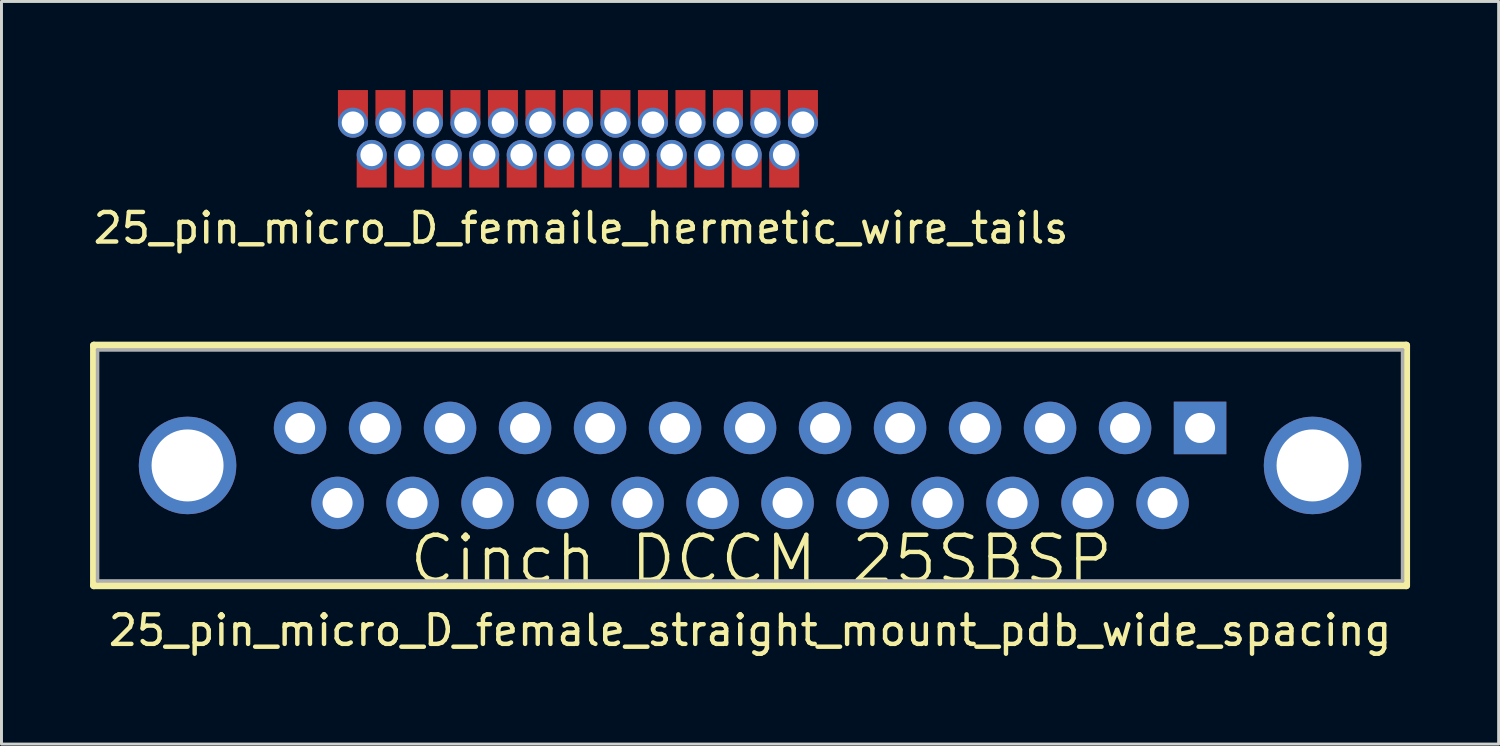
<source format=kicad_pcb>
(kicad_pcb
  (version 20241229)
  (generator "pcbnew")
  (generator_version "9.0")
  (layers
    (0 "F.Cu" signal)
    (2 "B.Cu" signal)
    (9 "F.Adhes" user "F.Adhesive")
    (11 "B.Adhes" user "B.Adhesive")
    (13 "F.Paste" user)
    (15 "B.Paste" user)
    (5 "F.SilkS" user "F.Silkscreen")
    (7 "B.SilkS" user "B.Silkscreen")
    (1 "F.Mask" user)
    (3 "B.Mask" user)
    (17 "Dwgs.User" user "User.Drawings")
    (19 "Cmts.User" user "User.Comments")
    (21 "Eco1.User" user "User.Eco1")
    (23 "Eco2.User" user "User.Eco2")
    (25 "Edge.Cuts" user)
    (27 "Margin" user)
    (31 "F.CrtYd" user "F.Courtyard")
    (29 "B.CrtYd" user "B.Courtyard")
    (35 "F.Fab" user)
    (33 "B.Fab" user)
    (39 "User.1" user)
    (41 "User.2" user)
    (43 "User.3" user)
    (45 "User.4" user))
  (footprint "25_pin_micro_D_femaile_hermetic_wire_tails"
    (layer "F.Cu")
    (at 16.523 1.651)
    (property "Reference" "25_pin_micro_D_femaile_hermetic_wire_tails" (at 0.102 3.023 0) (layer "F.SilkS") (effects (font (size 1 1) (thickness 0.15))))
    (attr through_hole)
    (fp_poly (pts (xy -7.112 -0.635) (xy -8.128 -0.635) (xy -8.128 -1.651) (xy -7.112 -1.651)) (stroke (width 0) (type solid)) (fill yes) (layer "F.Cu"))
    (fp_poly (pts (xy -6.477 1.651) (xy -7.493 1.651) (xy -7.493 0.635) (xy -6.477 0.635)) (stroke (width 0) (type solid)) (fill yes) (layer "F.Cu"))
    (fp_poly (pts (xy -5.842 -0.635) (xy -6.858 -0.635) (xy -6.858 -1.651) (xy -5.842 -1.651)) (stroke (width 0) (type solid)) (fill yes) (layer "F.Cu"))
    (fp_poly (pts (xy -5.207 1.651) (xy -6.223 1.651) (xy -6.223 0.635) (xy -5.207 0.635)) (stroke (width 0) (type solid)) (fill yes) (layer "F.Cu"))
    (fp_poly (pts (xy -4.572 -0.635) (xy -5.588 -0.635) (xy -5.588 -1.651) (xy -4.572 -1.651)) (stroke (width 0) (type solid)) (fill yes) (layer "F.Cu"))
    (fp_poly (pts (xy -3.937 1.651) (xy -4.953 1.651) (xy -4.953 0.635) (xy -3.937 0.635)) (stroke (width 0) (type solid)) (fill yes) (layer "F.Cu"))
    (fp_poly (pts (xy -3.302 -0.635) (xy -4.318 -0.635) (xy -4.318 -1.651) (xy -3.302 -1.651)) (stroke (width 0) (type solid)) (fill yes) (layer "F.Cu"))
    (fp_poly (pts (xy -2.667 1.651) (xy -3.683 1.651) (xy -3.683 0.635) (xy -2.667 0.635)) (stroke (width 0) (type solid)) (fill yes) (layer "F.Cu"))
    (fp_poly (pts (xy -2.032 -0.635) (xy -3.048 -0.635) (xy -3.048 -1.651) (xy -2.032 -1.651)) (stroke (width 0) (type solid)) (fill yes) (layer "F.Cu"))
    (fp_poly (pts (xy -1.397 1.651) (xy -2.413 1.651) (xy -2.413 0.635) (xy -1.397 0.635)) (stroke (width 0) (type solid)) (fill yes) (layer "F.Cu"))
    (fp_poly (pts (xy -0.762 -0.635) (xy -1.778 -0.635) (xy -1.778 -1.651) (xy -0.762 -1.651)) (stroke (width 0) (type solid)) (fill yes) (layer "F.Cu"))
    (fp_poly (pts (xy -0.127 1.651) (xy -1.143 1.651) (xy -1.143 0.635) (xy -0.127 0.635)) (stroke (width 0) (type solid)) (fill yes) (layer "F.Cu"))
    (fp_poly (pts (xy 0.508 -0.635) (xy -0.508 -0.635) (xy -0.508 -1.651) (xy 0.508 -1.651)) (stroke (width 0) (type solid)) (fill yes) (layer "F.Cu"))
    (fp_poly (pts (xy 1.143 1.651) (xy 0.127 1.651) (xy 0.127 0.635) (xy 1.143 0.635)) (stroke (width 0) (type solid)) (fill yes) (layer "F.Cu"))
    (fp_poly (pts (xy 1.778 -0.635) (xy 0.762 -0.635) (xy 0.762 -1.651) (xy 1.778 -1.651)) (stroke (width 0) (type solid)) (fill yes) (layer "F.Cu"))
    (fp_poly (pts (xy 2.413 1.651) (xy 1.397 1.651) (xy 1.397 0.635) (xy 2.413 0.635)) (stroke (width 0) (type solid)) (fill yes) (layer "F.Cu"))
    (fp_poly (pts (xy 3.048 -0.635) (xy 2.032 -0.635) (xy 2.032 -1.651) (xy 3.048 -1.651)) (stroke (width 0) (type solid)) (fill yes) (layer "F.Cu"))
    (fp_poly (pts (xy 3.683 1.651) (xy 2.667 1.651) (xy 2.667 0.635) (xy 3.683 0.635)) (stroke (width 0) (type solid)) (fill yes) (layer "F.Cu"))
    (fp_poly (pts (xy 4.318 -0.635) (xy 3.302 -0.635) (xy 3.302 -1.651) (xy 4.318 -1.651)) (stroke (width 0) (type solid)) (fill yes) (layer "F.Cu"))
    (fp_poly (pts (xy 4.953 1.651) (xy 3.937 1.651) (xy 3.937 0.635) (xy 4.953 0.635)) (stroke (width 0) (type solid)) (fill yes) (layer "F.Cu"))
    (fp_poly (pts (xy 5.588 -0.635) (xy 4.572 -0.635) (xy 4.572 -1.651) (xy 5.588 -1.651)) (stroke (width 0) (type solid)) (fill yes) (layer "F.Cu"))
    (fp_poly (pts (xy 6.223 1.651) (xy 5.207 1.651) (xy 5.207 0.635) (xy 6.223 0.635)) (stroke (width 0) (type solid)) (fill yes) (layer "F.Cu"))
    (fp_poly (pts (xy 6.858 -0.635) (xy 5.842 -0.635) (xy 5.842 -1.651) (xy 6.858 -1.651)) (stroke (width 0) (type solid)) (fill yes) (layer "F.Cu"))
    (fp_poly (pts (xy 7.493 1.651) (xy 6.477 1.651) (xy 6.477 0.635) (xy 7.493 0.635)) (stroke (width 0) (type solid)) (fill yes) (layer "F.Cu"))
    (fp_poly (pts (xy 8.128 -0.635) (xy 7.112 -0.635) (xy 7.112 -1.651) (xy 8.128 -1.651)) (stroke (width 0) (type solid)) (fill yes) (layer "F.Cu"))
    (fp_poly (pts (xy -7.112 -0.635) (xy -8.128 -0.635) (xy -8.128 -1.651) (xy -7.112 -1.651)) (stroke (width 0) (type solid)) (fill yes) (layer "F.Mask"))
    (fp_poly (pts (xy -6.477 1.651) (xy -7.493 1.651) (xy -7.493 0.635) (xy -6.477 0.635)) (stroke (width 0) (type solid)) (fill yes) (layer "F.Mask"))
    (fp_poly (pts (xy -5.842 -0.635) (xy -6.858 -0.635) (xy -6.858 -1.651) (xy -5.842 -1.651)) (stroke (width 0) (type solid)) (fill yes) (layer "F.Mask"))
    (fp_poly (pts (xy -5.207 1.651) (xy -6.223 1.651) (xy -6.223 0.635) (xy -5.207 0.635)) (stroke (width 0) (type solid)) (fill yes) (layer "F.Mask"))
    (fp_poly (pts (xy -4.572 -0.635) (xy -5.588 -0.635) (xy -5.588 -1.651) (xy -4.572 -1.651)) (stroke (width 0) (type solid)) (fill yes) (layer "F.Mask"))
    (fp_poly (pts (xy -3.937 1.651) (xy -4.953 1.651) (xy -4.953 0.635) (xy -3.937 0.635)) (stroke (width 0) (type solid)) (fill yes) (layer "F.Mask"))
    (fp_poly (pts (xy -3.302 -0.635) (xy -4.318 -0.635) (xy -4.318 -1.651) (xy -3.302 -1.651)) (stroke (width 0) (type solid)) (fill yes) (layer "F.Mask"))
    (fp_poly (pts (xy -2.667 1.651) (xy -3.683 1.651) (xy -3.683 0.635) (xy -2.667 0.635)) (stroke (width 0) (type solid)) (fill yes) (layer "F.Mask"))
    (fp_poly (pts (xy -2.032 -0.635) (xy -3.048 -0.635) (xy -3.048 -1.651) (xy -2.032 -1.651)) (stroke (width 0) (type solid)) (fill yes) (layer "F.Mask"))
    (fp_poly (pts (xy -1.397 1.651) (xy -2.413 1.651) (xy -2.413 0.635) (xy -1.397 0.635)) (stroke (width 0) (type solid)) (fill yes) (layer "F.Mask"))
    (fp_poly (pts (xy -0.762 -0.635) (xy -1.778 -0.635) (xy -1.778 -1.651) (xy -0.762 -1.651)) (stroke (width 0) (type solid)) (fill yes) (layer "F.Mask"))
    (fp_poly (pts (xy -0.127 1.651) (xy -1.143 1.651) (xy -1.143 0.635) (xy -0.127 0.635)) (stroke (width 0) (type solid)) (fill yes) (layer "F.Mask"))
    (fp_poly (pts (xy 0.508 -0.635) (xy -0.508 -0.635) (xy -0.508 -1.651) (xy 0.508 -1.651)) (stroke (width 0) (type solid)) (fill yes) (layer "F.Mask"))
    (fp_poly (pts (xy 1.143 1.651) (xy 0.127 1.651) (xy 0.127 0.635) (xy 1.143 0.635)) (stroke (width 0) (type solid)) (fill yes) (layer "F.Mask"))
    (fp_poly (pts (xy 1.778 -0.635) (xy 0.762 -0.635) (xy 0.762 -1.651) (xy 1.778 -1.651)) (stroke (width 0) (type solid)) (fill yes) (layer "F.Mask"))
    (fp_poly (pts (xy 2.413 1.651) (xy 1.397 1.651) (xy 1.397 0.635) (xy 2.413 0.635)) (stroke (width 0) (type solid)) (fill yes) (layer "F.Mask"))
    (fp_poly (pts (xy 3.048 -0.635) (xy 2.032 -0.635) (xy 2.032 -1.651) (xy 3.048 -1.651)) (stroke (width 0) (type solid)) (fill yes) (layer "F.Mask"))
    (fp_poly (pts (xy 3.683 1.651) (xy 2.667 1.651) (xy 2.667 0.635) (xy 3.683 0.635)) (stroke (width 0) (type solid)) (fill yes) (layer "F.Mask"))
    (fp_poly (pts (xy 4.318 -0.635) (xy 3.302 -0.635) (xy 3.302 -1.651) (xy 4.318 -1.651)) (stroke (width 0) (type solid)) (fill yes) (layer "F.Mask"))
    (fp_poly (pts (xy 4.953 1.651) (xy 3.937 1.651) (xy 3.937 0.635) (xy 4.953 0.635)) (stroke (width 0) (type solid)) (fill yes) (layer "F.Mask"))
    (fp_poly (pts (xy 5.588 -0.635) (xy 4.572 -0.635) (xy 4.572 -1.651) (xy 5.588 -1.651)) (stroke (width 0) (type solid)) (fill yes) (layer "F.Mask"))
    (fp_poly (pts (xy 6.223 1.651) (xy 5.207 1.651) (xy 5.207 0.635) (xy 6.223 0.635)) (stroke (width 0) (type solid)) (fill yes) (layer "F.Mask"))
    (fp_poly (pts (xy 6.858 -0.635) (xy 5.842 -0.635) (xy 5.842 -1.651) (xy 6.858 -1.651)) (stroke (width 0) (type solid)) (fill yes) (layer "F.Mask"))
    (fp_poly (pts (xy 7.493 1.651) (xy 6.477 1.651) (xy 6.477 0.635) (xy 7.493 0.635)) (stroke (width 0) (type solid)) (fill yes) (layer "F.Mask"))
    (fp_poly (pts (xy 8.128 -0.635) (xy 7.112 -0.635) (xy 7.112 -1.651) (xy 8.128 -1.651)) (stroke (width 0) (type solid)) (fill yes) (layer "F.Mask"))
    (pad "1" thru_hole circle (at -7.62 -0.546) (size 1.016 1.016) (drill 0.762) (layers "*.Cu" "*.Mask"))
    (pad "2" thru_hole circle (at -6.35 -0.546) (size 1.016 1.016) (drill 0.762) (layers "*.Cu" "*.Mask"))
    (pad "3" thru_hole circle (at -5.08 -0.546) (size 1.016 1.016) (drill 0.762) (layers "*.Cu" "*.Mask"))
    (pad "4" thru_hole circle (at -3.81 -0.546) (size 1.016 1.016) (drill 0.762) (layers "*.Cu" "*.Mask"))
    (pad "5" thru_hole circle (at -2.54 -0.546) (size 1.016 1.016) (drill 0.762) (layers "*.Cu" "*.Mask"))
    (pad "6" thru_hole circle (at -1.27 -0.546) (size 1.016 1.016) (drill 0.762) (layers "*.Cu" "*.Mask"))
    (pad "7" thru_hole circle (at 0 -0.546) (size 1.016 1.016) (drill 0.762) (layers "*.Cu" "*.Mask"))
    (pad "8" thru_hole circle (at 1.27 -0.546) (size 1.016 1.016) (drill 0.762) (layers "*.Cu" "*.Mask"))
    (pad "9" thru_hole circle (at 2.54 -0.546) (size 1.016 1.016) (drill 0.762) (layers "*.Cu" "*.Mask"))
    (pad "10" thru_hole circle (at 3.81 -0.546) (size 1.016 1.016) (drill 0.762) (layers "*.Cu" "*.Mask"))
    (pad "11" thru_hole circle (at 5.08 -0.546) (size 1.016 1.016) (drill 0.762) (layers "*.Cu" "*.Mask"))
    (pad "12" thru_hole circle (at 6.35 -0.546) (size 1.016 1.016) (drill 0.762) (layers "*.Cu" "*.Mask"))
    (pad "13" thru_hole circle (at 7.62 -0.546) (size 1.016 1.016) (drill 0.762) (layers "*.Cu" "*.Mask"))
    (pad "14" thru_hole circle (at -6.985 0.546) (size 1.016 1.016) (drill 0.762) (layers "*.Cu" "*.Mask"))
    (pad "15" thru_hole circle (at -5.715 0.546) (size 1.016 1.016) (drill 0.762) (layers "*.Cu" "*.Mask"))
    (pad "16" thru_hole circle (at -4.445 0.546) (size 1.016 1.016) (drill 0.762) (layers "*.Cu" "*.Mask"))
    (pad "17" thru_hole circle (at -3.175 0.546) (size 1.016 1.016) (drill 0.762) (layers "*.Cu" "*.Mask"))
    (pad "18" thru_hole circle (at -1.905 0.546) (size 1.016 1.016) (drill 0.762) (layers "*.Cu" "*.Mask"))
    (pad "19" thru_hole circle (at -0.635 0.546) (size 1.016 1.016) (drill 0.762) (layers "*.Cu" "*.Mask"))
    (pad "20" thru_hole circle (at 0.635 0.546) (size 1.016 1.016) (drill 0.762) (layers "*.Cu" "*.Mask"))
    (pad "21" thru_hole circle (at 1.905 0.546) (size 1.016 1.016) (drill 0.762) (layers "*.Cu" "*.Mask"))
    (pad "22" thru_hole circle (at 3.175 0.546) (size 1.016 1.016) (drill 0.762) (layers "*.Cu" "*.Mask"))
    (pad "23" thru_hole circle (at 4.445 0.546) (size 1.016 1.016) (drill 0.762) (layers "*.Cu" "*.Mask"))
    (pad "24" thru_hole circle (at 5.715 0.546) (size 1.016 1.016) (drill 0.762) (layers "*.Cu" "*.Mask"))
    (pad "25" thru_hole circle (at 6.985 0.546) (size 1.016 1.016) (drill 0.762) (layers "*.Cu" "*.Mask")))
  (footprint "25_pin_micro_D_female_straight_mount_pdb_wide_spacing"
    (layer "F.Cu")
    (at 22.352 12.713)
    (property "Reference" "25_pin_micro_D_female_straight_mount_pdb_wide_spacing" (at 0 5.588 0) (layer "F.SilkS") (effects (font (size 1 1) (thickness 0.15))))
    (attr through_hole)
    (fp_line (start -22.225 -4.064) (end 22.225 -4.064) (stroke (width 0.254) (type solid)) (layer "F.SilkS"))
    (fp_line (start -22.225 4.064) (end -22.225 -4.064) (stroke (width 0.254) (type solid)) (layer "F.SilkS"))
    (fp_line (start 22.225 -4.064) (end 22.225 4.064) (stroke (width 0.254) (type solid)) (layer "F.SilkS"))
    (fp_line (start 22.225 4.064) (end -22.225 4.064) (stroke (width 0.254) (type solid)) (layer "F.SilkS"))
    (fp_line (start -22.098 -3.912) (end 22.098 -3.912) (stroke (width 0.12) (type solid)) (layer "F.Fab"))
    (fp_line (start -22.098 3.912) (end -22.098 -3.912) (stroke (width 0.12) (type solid)) (layer "F.Fab"))
    (fp_line (start 22.098 -3.912) (end 22.098 3.912) (stroke (width 0.12) (type solid)) (layer "F.Fab"))
    (fp_line (start 22.098 3.912) (end -22.098 3.912) (stroke (width 0.12) (type solid)) (layer "F.Fab"))
    (fp_text user "Cinch DCCM 25SBSP" (at 0.381 3.175 0) (layer "F.SilkS") (effects (font (size 1.524 1.524) (thickness 0.15))))
    (pad "0" thru_hole circle (at -19.05 0) (size 3.302 3.302) (drill 2.438) (layers "*.Cu" "*.Mask"))
    (pad "0" thru_hole circle (at 19.05 0) (size 3.302 3.302) (drill 2.438) (layers "*.Cu" "*.Mask"))
    (pad "1" thru_hole rect (at 15.24 -1.27) (size 1.778 1.778) (drill 1.016) (layers "*.Cu" "*.Mask"))
    (pad "2" thru_hole circle (at 12.7 -1.27) (size 1.778 1.778) (drill 1.016) (layers "*.Cu" "*.Mask"))
    (pad "3" thru_hole circle (at 10.16 -1.27) (size 1.778 1.778) (drill 1.016) (layers "*.Cu" "*.Mask"))
    (pad "4" thru_hole circle (at 7.62 -1.27) (size 1.778 1.778) (drill 1.016) (layers "*.Cu" "*.Mask"))
    (pad "5" thru_hole circle (at 5.08 -1.27) (size 1.778 1.778) (drill 1.016) (layers "*.Cu" "*.Mask"))
    (pad "6" thru_hole circle (at 2.54 -1.27) (size 1.778 1.778) (drill 1.016) (layers "*.Cu" "*.Mask"))
    (pad "7" thru_hole circle (at 0 -1.27) (size 1.778 1.778) (drill 1.016) (layers "*.Cu" "*.Mask"))
    (pad "8" thru_hole circle (at -2.54 -1.27) (size 1.778 1.778) (drill 1.016) (layers "*.Cu" "*.Mask"))
    (pad "9" thru_hole circle (at -5.08 -1.27) (size 1.778 1.778) (drill 1.016) (layers "*.Cu" "*.Mask"))
    (pad "10" thru_hole circle (at -7.62 -1.27) (size 1.778 1.778) (drill 1.016) (layers "*.Cu" "*.Mask"))
    (pad "11" thru_hole circle (at -10.16 -1.27) (size 1.778 1.778) (drill 1.016) (layers "*.Cu" "*.Mask"))
    (pad "12" thru_hole circle (at -12.7 -1.27) (size 1.778 1.778) (drill 1.016) (layers "*.Cu" "*.Mask"))
    (pad "13" thru_hole circle (at -15.24 -1.27) (size 1.778 1.778) (drill 1.016) (layers "*.Cu" "*.Mask"))
    (pad "14" thru_hole circle (at 13.97 1.27) (size 1.778 1.778) (drill 1.016) (layers "*.Cu" "*.Mask"))
    (pad "15" thru_hole circle (at 11.43 1.27) (size 1.778 1.778) (drill 1.016) (layers "*.Cu" "*.Mask"))
    (pad "16" thru_hole circle (at 8.89 1.27) (size 1.778 1.778) (drill 1.016) (layers "*.Cu" "*.Mask"))
    (pad "17" thru_hole circle (at 6.35 1.27) (size 1.778 1.778) (drill 1.016) (layers "*.Cu" "*.Mask"))
    (pad "18" thru_hole circle (at 3.81 1.27) (size 1.778 1.778) (drill 1.016) (layers "*.Cu" "*.Mask"))
    (pad "19" thru_hole circle (at 1.27 1.27) (size 1.778 1.778) (drill 1.016) (layers "*.Cu" "*.Mask"))
    (pad "20" thru_hole circle (at -1.27 1.27) (size 1.778 1.778) (drill 1.016) (layers "*.Cu" "*.Mask"))
    (pad "21" thru_hole circle (at -3.81 1.27) (size 1.778 1.778) (drill 1.016) (layers "*.Cu" "*.Mask"))
    (pad "22" thru_hole circle (at -6.35 1.27) (size 1.778 1.778) (drill 1.016) (layers "*.Cu" "*.Mask"))
    (pad "23" thru_hole circle (at -8.89 1.27) (size 1.778 1.778) (drill 1.016) (layers "*.Cu" "*.Mask"))
    (pad "24" thru_hole circle (at -11.43 1.27) (size 1.778 1.778) (drill 1.016) (layers "*.Cu" "*.Mask"))
    (pad "25" thru_hole circle (at -13.97 1.27) (size 1.778 1.778) (drill 1.016) (layers "*.Cu" "*.Mask")))
  (gr_rect
    (start -3 -3)
    (end 47.704 22.149)
    (stroke (width 0.1) (type default))
    (fill no)
    (layer "Edge.Cuts")))
</source>
